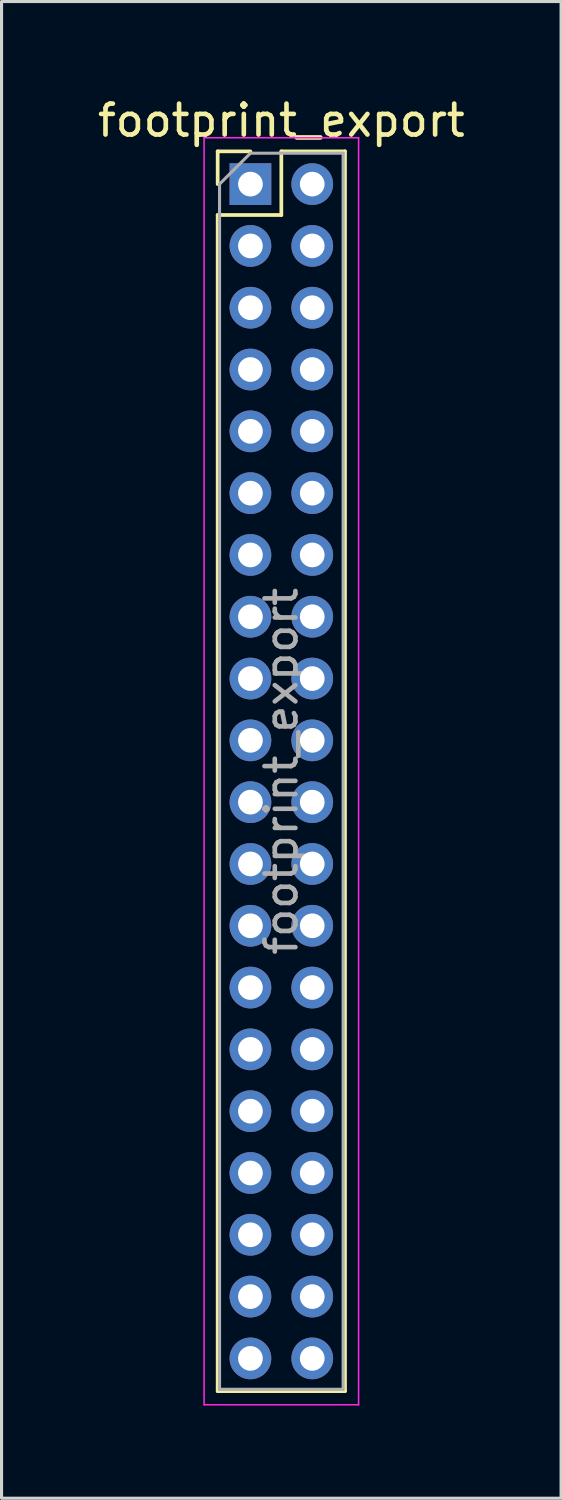
<source format=kicad_pcb>
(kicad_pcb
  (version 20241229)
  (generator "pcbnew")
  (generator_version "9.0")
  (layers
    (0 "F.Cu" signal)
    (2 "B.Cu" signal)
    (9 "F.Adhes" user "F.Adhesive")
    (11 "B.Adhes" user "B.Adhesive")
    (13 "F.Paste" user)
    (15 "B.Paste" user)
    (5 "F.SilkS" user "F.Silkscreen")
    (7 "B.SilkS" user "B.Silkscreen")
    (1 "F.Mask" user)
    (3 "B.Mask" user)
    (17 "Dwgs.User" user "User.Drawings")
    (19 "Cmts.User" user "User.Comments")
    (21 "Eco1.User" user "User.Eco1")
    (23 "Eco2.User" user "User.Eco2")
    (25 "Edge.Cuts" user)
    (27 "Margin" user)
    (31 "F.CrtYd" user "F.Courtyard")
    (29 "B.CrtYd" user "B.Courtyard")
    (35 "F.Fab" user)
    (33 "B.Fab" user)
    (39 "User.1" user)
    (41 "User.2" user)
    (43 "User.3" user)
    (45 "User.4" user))
  (footprint "footprint_export"
    (layer "F.Cu")
    (at 5.054 2.908)
    (property "Reference" "footprint_export" (at 1 -2.06 0) (layer "F.SilkS") (effects (font (size 1 1) (thickness 0.15))))
    (attr through_hole)
    (fp_line (start -1.06 -1.06) (end 0 -1.06) (stroke (width 0.12) (type solid)) (layer "F.SilkS"))
    (fp_line (start -1.06 0) (end -1.06 -1.06) (stroke (width 0.12) (type solid)) (layer "F.SilkS"))
    (fp_line (start -1.06 1) (end -1.06 39.06) (stroke (width 0.12) (type solid)) (layer "F.SilkS"))
    (fp_line (start -1.06 1) (end 1 1) (stroke (width 0.12) (type solid)) (layer "F.SilkS"))
    (fp_line (start -1.06 39.06) (end 3.06 39.06) (stroke (width 0.12) (type solid)) (layer "F.SilkS"))
    (fp_line (start 1 -1.06) (end 3.06 -1.06) (stroke (width 0.12) (type solid)) (layer "F.SilkS"))
    (fp_line (start 1 1) (end 1 -1.06) (stroke (width 0.12) (type solid)) (layer "F.SilkS"))
    (fp_line (start 3.06 -1.06) (end 3.06 39.06) (stroke (width 0.12) (type solid)) (layer "F.SilkS"))
    (fp_line (start -1.5 -1.5) (end -1.5 39.5) (stroke (width 0.05) (type solid)) (layer "F.CrtYd"))
    (fp_line (start -1.5 39.5) (end 3.5 39.5) (stroke (width 0.05) (type solid)) (layer "F.CrtYd"))
    (fp_line (start 3.5 -1.5) (end -1.5 -1.5) (stroke (width 0.05) (type solid)) (layer "F.CrtYd"))
    (fp_line (start 3.5 39.5) (end 3.5 -1.5) (stroke (width 0.05) (type solid)) (layer "F.CrtYd"))
    (fp_line (start -1 0) (end 0 -1) (stroke (width 0.1) (type solid)) (layer "F.Fab"))
    (fp_line (start -1 39) (end -1 0) (stroke (width 0.1) (type solid)) (layer "F.Fab"))
    (fp_line (start 0 -1) (end 3 -1) (stroke (width 0.1) (type solid)) (layer "F.Fab"))
    (fp_line (start 3 -1) (end 3 39) (stroke (width 0.1) (type solid)) (layer "F.Fab"))
    (fp_line (start 3 39) (end -1 39) (stroke (width 0.1) (type solid)) (layer "F.Fab"))
    (fp_text user "${REFERENCE}" (at 1 19 90) (layer "F.Fab") (effects (font (size 1 1) (thickness 0.15))))
    (pad "1" thru_hole rect (at 0 0) (size 1.35 1.35) (drill 0.8) (layers "*.Cu" "*.Mask"))
    (pad "2" thru_hole oval (at 2 0) (size 1.35 1.35) (drill 0.8) (layers "*.Cu" "*.Mask"))
    (pad "3" thru_hole oval (at 0 2) (size 1.35 1.35) (drill 0.8) (layers "*.Cu" "*.Mask"))
    (pad "4" thru_hole oval (at 2 2) (size 1.35 1.35) (drill 0.8) (layers "*.Cu" "*.Mask"))
    (pad "5" thru_hole oval (at 0 4) (size 1.35 1.35) (drill 0.8) (layers "*.Cu" "*.Mask"))
    (pad "6" thru_hole oval (at 2 4) (size 1.35 1.35) (drill 0.8) (layers "*.Cu" "*.Mask"))
    (pad "7" thru_hole oval (at 0 6) (size 1.35 1.35) (drill 0.8) (layers "*.Cu" "*.Mask"))
    (pad "8" thru_hole oval (at 2 6) (size 1.35 1.35) (drill 0.8) (layers "*.Cu" "*.Mask"))
    (pad "9" thru_hole oval (at 0 8) (size 1.35 1.35) (drill 0.8) (layers "*.Cu" "*.Mask"))
    (pad "10" thru_hole oval (at 2 8) (size 1.35 1.35) (drill 0.8) (layers "*.Cu" "*.Mask"))
    (pad "11" thru_hole oval (at 0 10) (size 1.35 1.35) (drill 0.8) (layers "*.Cu" "*.Mask"))
    (pad "12" thru_hole oval (at 2 10) (size 1.35 1.35) (drill 0.8) (layers "*.Cu" "*.Mask"))
    (pad "13" thru_hole oval (at 0 12) (size 1.35 1.35) (drill 0.8) (layers "*.Cu" "*.Mask"))
    (pad "14" thru_hole oval (at 2 12) (size 1.35 1.35) (drill 0.8) (layers "*.Cu" "*.Mask"))
    (pad "15" thru_hole oval (at 0 14) (size 1.35 1.35) (drill 0.8) (layers "*.Cu" "*.Mask"))
    (pad "16" thru_hole oval (at 2 14) (size 1.35 1.35) (drill 0.8) (layers "*.Cu" "*.Mask"))
    (pad "17" thru_hole oval (at 0 16) (size 1.35 1.35) (drill 0.8) (layers "*.Cu" "*.Mask"))
    (pad "18" thru_hole oval (at 2 16) (size 1.35 1.35) (drill 0.8) (layers "*.Cu" "*.Mask"))
    (pad "19" thru_hole oval (at 0 18) (size 1.35 1.35) (drill 0.8) (layers "*.Cu" "*.Mask"))
    (pad "20" thru_hole oval (at 2 18) (size 1.35 1.35) (drill 0.8) (layers "*.Cu" "*.Mask"))
    (pad "21" thru_hole oval (at 0 20) (size 1.35 1.35) (drill 0.8) (layers "*.Cu" "*.Mask"))
    (pad "22" thru_hole oval (at 2 20) (size 1.35 1.35) (drill 0.8) (layers "*.Cu" "*.Mask"))
    (pad "23" thru_hole oval (at 0 22) (size 1.35 1.35) (drill 0.8) (layers "*.Cu" "*.Mask"))
    (pad "24" thru_hole oval (at 2 22) (size 1.35 1.35) (drill 0.8) (layers "*.Cu" "*.Mask"))
    (pad "25" thru_hole oval (at 0 24) (size 1.35 1.35) (drill 0.8) (layers "*.Cu" "*.Mask"))
    (pad "26" thru_hole oval (at 2 24) (size 1.35 1.35) (drill 0.8) (layers "*.Cu" "*.Mask"))
    (pad "27" thru_hole oval (at 0 26) (size 1.35 1.35) (drill 0.8) (layers "*.Cu" "*.Mask"))
    (pad "28" thru_hole oval (at 2 26) (size 1.35 1.35) (drill 0.8) (layers "*.Cu" "*.Mask"))
    (pad "29" thru_hole oval (at 0 28) (size 1.35 1.35) (drill 0.8) (layers "*.Cu" "*.Mask"))
    (pad "30" thru_hole oval (at 2 28) (size 1.35 1.35) (drill 0.8) (layers "*.Cu" "*.Mask"))
    (pad "31" thru_hole oval (at 0 30) (size 1.35 1.35) (drill 0.8) (layers "*.Cu" "*.Mask"))
    (pad "32" thru_hole oval (at 2 30) (size 1.35 1.35) (drill 0.8) (layers "*.Cu" "*.Mask"))
    (pad "33" thru_hole oval (at 0 32) (size 1.35 1.35) (drill 0.8) (layers "*.Cu" "*.Mask"))
    (pad "34" thru_hole oval (at 2 32) (size 1.35 1.35) (drill 0.8) (layers "*.Cu" "*.Mask"))
    (pad "35" thru_hole oval (at 0 34) (size 1.35 1.35) (drill 0.8) (layers "*.Cu" "*.Mask"))
    (pad "36" thru_hole oval (at 2 34) (size 1.35 1.35) (drill 0.8) (layers "*.Cu" "*.Mask"))
    (pad "37" thru_hole oval (at 0 36) (size 1.35 1.35) (drill 0.8) (layers "*.Cu" "*.Mask"))
    (pad "38" thru_hole oval (at 2 36) (size 1.35 1.35) (drill 0.8) (layers "*.Cu" "*.Mask"))
    (pad "39" thru_hole oval (at 0 38) (size 1.35 1.35) (drill 0.8) (layers "*.Cu" "*.Mask"))
    (pad "40" thru_hole oval (at 2 38) (size 1.35 1.35) (drill 0.8) (layers "*.Cu" "*.Mask")))
  (gr_rect
    (start -3 -3)
    (end 15.107 45.433)
    (stroke (width 0.1) (type default))
    (fill no)
    (layer "Edge.Cuts")))
</source>
